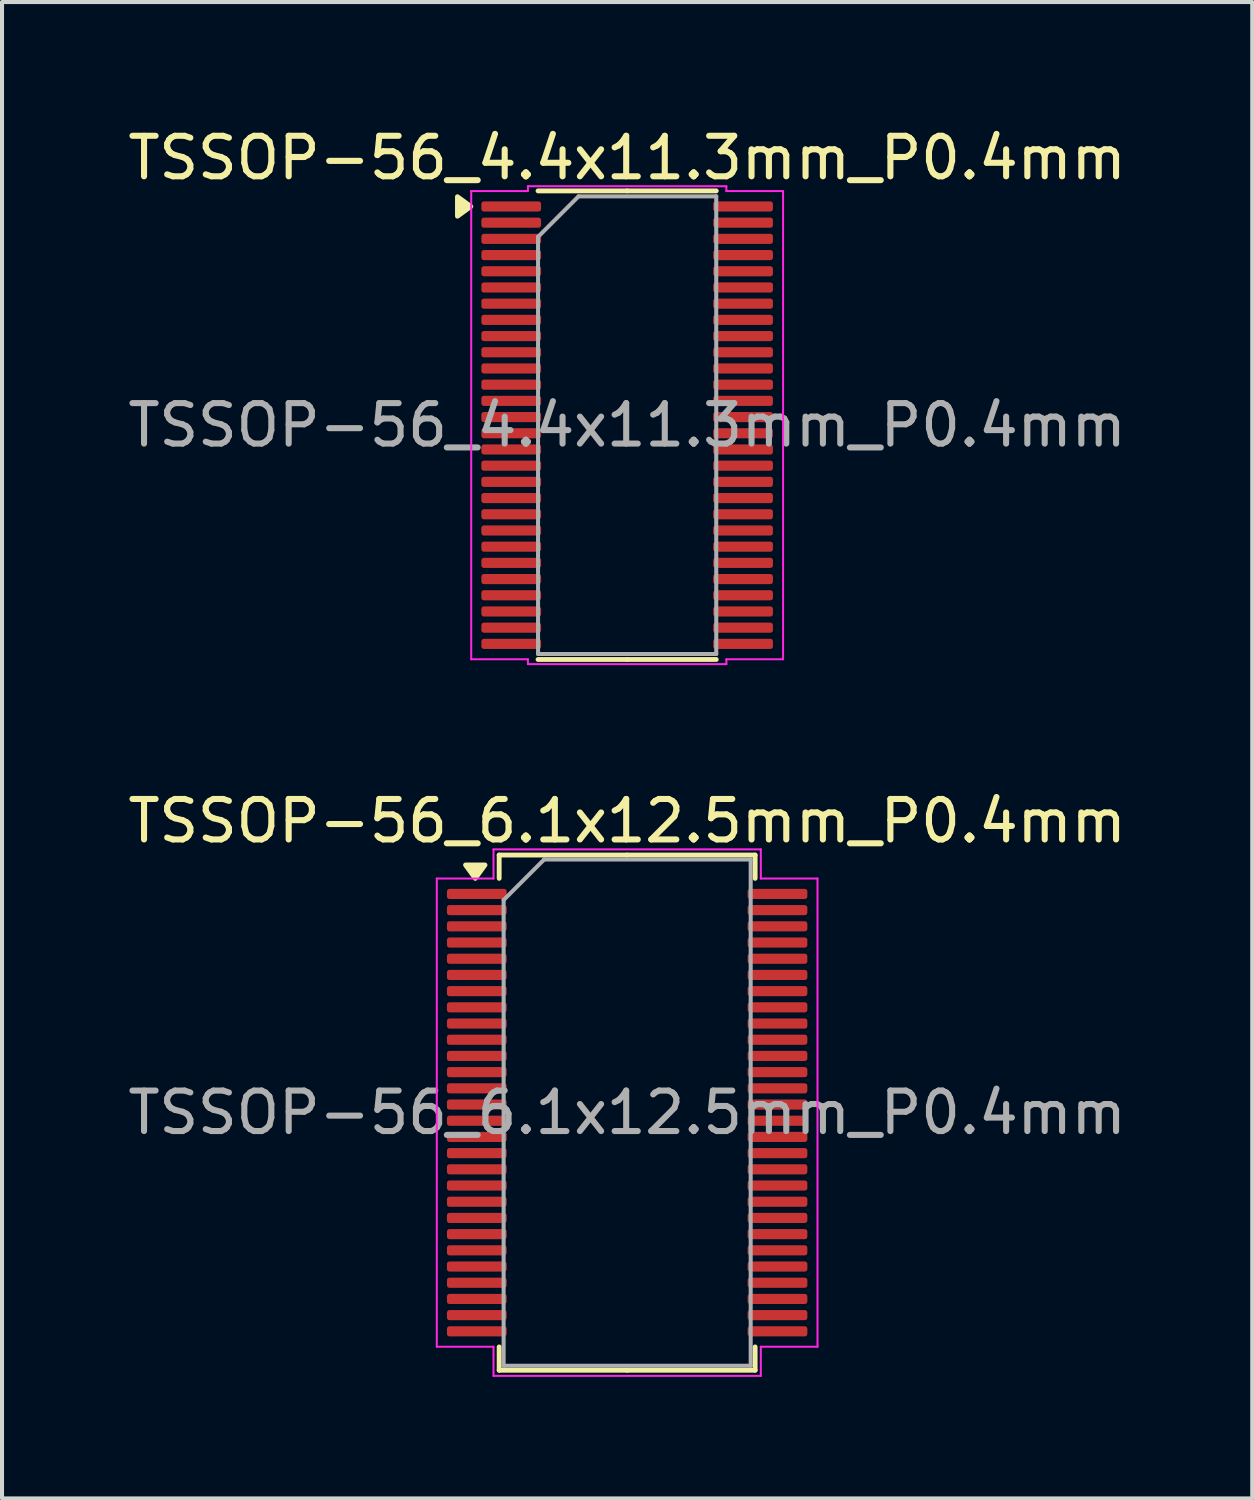
<source format=kicad_pcb>
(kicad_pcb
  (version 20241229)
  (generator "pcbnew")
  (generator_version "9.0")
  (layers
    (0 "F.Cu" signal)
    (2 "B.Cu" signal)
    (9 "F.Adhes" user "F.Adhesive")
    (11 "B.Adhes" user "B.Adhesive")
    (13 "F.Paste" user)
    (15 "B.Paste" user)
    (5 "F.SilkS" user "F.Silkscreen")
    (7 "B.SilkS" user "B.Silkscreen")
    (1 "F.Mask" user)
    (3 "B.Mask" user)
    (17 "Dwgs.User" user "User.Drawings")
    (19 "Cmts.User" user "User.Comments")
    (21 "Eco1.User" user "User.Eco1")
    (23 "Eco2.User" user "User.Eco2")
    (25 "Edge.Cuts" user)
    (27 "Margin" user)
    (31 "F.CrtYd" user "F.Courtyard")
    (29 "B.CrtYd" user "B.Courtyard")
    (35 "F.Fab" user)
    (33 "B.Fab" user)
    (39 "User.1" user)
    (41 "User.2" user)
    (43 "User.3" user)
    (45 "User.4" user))
  (footprint "TSSOP-56_6.1x12.5mm_P0.4mm"
    (layer "F.Cu")
    (at 12.435 24.422)
    (property "Reference" "TSSOP-56_6.1x12.5mm_P0.4mm" (at 0 -7.2 0) (layer "F.SilkS") (effects (font (size 1 1) (thickness 0.15))))
    (attr smd)
    (fp_line (start -3.16 -6.36) (end -3.16 -5.785) (stroke (width 0.12) (type solid)) (layer "F.SilkS"))
    (fp_line (start -3.16 6.36) (end -3.16 5.785) (stroke (width 0.12) (type solid)) (layer "F.SilkS"))
    (fp_line (start 0 -6.36) (end -3.16 -6.36) (stroke (width 0.12) (type solid)) (layer "F.SilkS"))
    (fp_line (start 0 -6.36) (end 3.16 -6.36) (stroke (width 0.12) (type solid)) (layer "F.SilkS"))
    (fp_line (start 0 6.36) (end -3.16 6.36) (stroke (width 0.12) (type solid)) (layer "F.SilkS"))
    (fp_line (start 0 6.36) (end 3.16 6.36) (stroke (width 0.12) (type solid)) (layer "F.SilkS"))
    (fp_line (start 3.16 -6.36) (end 3.16 -5.785) (stroke (width 0.12) (type solid)) (layer "F.SilkS"))
    (fp_line (start 3.16 6.36) (end 3.16 5.785) (stroke (width 0.12) (type solid)) (layer "F.SilkS"))
    (fp_poly (pts (xy -3.75 -5.785) (xy -3.99 -6.115) (xy -3.51 -6.115)) (stroke (width 0.12) (type solid)) (fill yes) (layer "F.SilkS"))
    (fp_line (start -4.7 -5.78) (end -3.3 -5.78) (stroke (width 0.05) (type solid)) (layer "F.CrtYd"))
    (fp_line (start -4.7 5.78) (end -4.7 -5.78) (stroke (width 0.05) (type solid)) (layer "F.CrtYd"))
    (fp_line (start -3.3 -6.5) (end 3.3 -6.5) (stroke (width 0.05) (type solid)) (layer "F.CrtYd"))
    (fp_line (start -3.3 -5.78) (end -3.3 -6.5) (stroke (width 0.05) (type solid)) (layer "F.CrtYd"))
    (fp_line (start -3.3 5.78) (end -4.7 5.78) (stroke (width 0.05) (type solid)) (layer "F.CrtYd"))
    (fp_line (start -3.3 6.5) (end -3.3 5.78) (stroke (width 0.05) (type solid)) (layer "F.CrtYd"))
    (fp_line (start 3.3 -6.5) (end 3.3 -5.78) (stroke (width 0.05) (type solid)) (layer "F.CrtYd"))
    (fp_line (start 3.3 -5.78) (end 4.7 -5.78) (stroke (width 0.05) (type solid)) (layer "F.CrtYd"))
    (fp_line (start 3.3 5.78) (end 3.3 6.5) (stroke (width 0.05) (type solid)) (layer "F.CrtYd"))
    (fp_line (start 3.3 6.5) (end -3.3 6.5) (stroke (width 0.05) (type solid)) (layer "F.CrtYd"))
    (fp_line (start 4.7 -5.78) (end 4.7 5.78) (stroke (width 0.05) (type solid)) (layer "F.CrtYd"))
    (fp_line (start 4.7 5.78) (end 3.3 5.78) (stroke (width 0.05) (type solid)) (layer "F.CrtYd"))
    (fp_line (start -3.05 -5.25) (end -2.05 -6.25) (stroke (width 0.1) (type solid)) (layer "F.Fab"))
    (fp_line (start -3.05 6.25) (end -3.05 -5.25) (stroke (width 0.1) (type solid)) (layer "F.Fab"))
    (fp_line (start -2.05 -6.25) (end 3.05 -6.25) (stroke (width 0.1) (type solid)) (layer "F.Fab"))
    (fp_line (start 3.05 -6.25) (end 3.05 6.25) (stroke (width 0.1) (type solid)) (layer "F.Fab"))
    (fp_line (start 3.05 6.25) (end -3.05 6.25) (stroke (width 0.1) (type solid)) (layer "F.Fab"))
    (fp_text user "${REFERENCE}" (at 0 0 0) (layer "F.Fab") (effects (font (size 1 1) (thickness 0.15))))
    (pad "1" smd roundrect (at -3.712 -5.4) (size 1.475 0.25) (layers "F.Cu" "F.Mask" "F.Paste") (roundrect_rratio 0.25))
    (pad "2" smd roundrect (at -3.712 -5) (size 1.475 0.25) (layers "F.Cu" "F.Mask" "F.Paste") (roundrect_rratio 0.25))
    (pad "3" smd roundrect (at -3.712 -4.6) (size 1.475 0.25) (layers "F.Cu" "F.Mask" "F.Paste") (roundrect_rratio 0.25))
    (pad "4" smd roundrect (at -3.712 -4.2) (size 1.475 0.25) (layers "F.Cu" "F.Mask" "F.Paste") (roundrect_rratio 0.25))
    (pad "5" smd roundrect (at -3.712 -3.8) (size 1.475 0.25) (layers "F.Cu" "F.Mask" "F.Paste") (roundrect_rratio 0.25))
    (pad "6" smd roundrect (at -3.712 -3.4) (size 1.475 0.25) (layers "F.Cu" "F.Mask" "F.Paste") (roundrect_rratio 0.25))
    (pad "7" smd roundrect (at -3.712 -3) (size 1.475 0.25) (layers "F.Cu" "F.Mask" "F.Paste") (roundrect_rratio 0.25))
    (pad "8" smd roundrect (at -3.712 -2.6) (size 1.475 0.25) (layers "F.Cu" "F.Mask" "F.Paste") (roundrect_rratio 0.25))
    (pad "9" smd roundrect (at -3.712 -2.2) (size 1.475 0.25) (layers "F.Cu" "F.Mask" "F.Paste") (roundrect_rratio 0.25))
    (pad "10" smd roundrect (at -3.712 -1.8) (size 1.475 0.25) (layers "F.Cu" "F.Mask" "F.Paste") (roundrect_rratio 0.25))
    (pad "11" smd roundrect (at -3.712 -1.4) (size 1.475 0.25) (layers "F.Cu" "F.Mask" "F.Paste") (roundrect_rratio 0.25))
    (pad "12" smd roundrect (at -3.712 -1) (size 1.475 0.25) (layers "F.Cu" "F.Mask" "F.Paste") (roundrect_rratio 0.25))
    (pad "13" smd roundrect (at -3.712 -0.6) (size 1.475 0.25) (layers "F.Cu" "F.Mask" "F.Paste") (roundrect_rratio 0.25))
    (pad "14" smd roundrect (at -3.712 -0.2) (size 1.475 0.25) (layers "F.Cu" "F.Mask" "F.Paste") (roundrect_rratio 0.25))
    (pad "15" smd roundrect (at -3.712 0.2) (size 1.475 0.25) (layers "F.Cu" "F.Mask" "F.Paste") (roundrect_rratio 0.25))
    (pad "16" smd roundrect (at -3.712 0.6) (size 1.475 0.25) (layers "F.Cu" "F.Mask" "F.Paste") (roundrect_rratio 0.25))
    (pad "17" smd roundrect (at -3.712 1) (size 1.475 0.25) (layers "F.Cu" "F.Mask" "F.Paste") (roundrect_rratio 0.25))
    (pad "18" smd roundrect (at -3.712 1.4) (size 1.475 0.25) (layers "F.Cu" "F.Mask" "F.Paste") (roundrect_rratio 0.25))
    (pad "19" smd roundrect (at -3.712 1.8) (size 1.475 0.25) (layers "F.Cu" "F.Mask" "F.Paste") (roundrect_rratio 0.25))
    (pad "20" smd roundrect (at -3.712 2.2) (size 1.475 0.25) (layers "F.Cu" "F.Mask" "F.Paste") (roundrect_rratio 0.25))
    (pad "21" smd roundrect (at -3.712 2.6) (size 1.475 0.25) (layers "F.Cu" "F.Mask" "F.Paste") (roundrect_rratio 0.25))
    (pad "22" smd roundrect (at -3.712 3) (size 1.475 0.25) (layers "F.Cu" "F.Mask" "F.Paste") (roundrect_rratio 0.25))
    (pad "23" smd roundrect (at -3.712 3.4) (size 1.475 0.25) (layers "F.Cu" "F.Mask" "F.Paste") (roundrect_rratio 0.25))
    (pad "24" smd roundrect (at -3.712 3.8) (size 1.475 0.25) (layers "F.Cu" "F.Mask" "F.Paste") (roundrect_rratio 0.25))
    (pad "25" smd roundrect (at -3.712 4.2) (size 1.475 0.25) (layers "F.Cu" "F.Mask" "F.Paste") (roundrect_rratio 0.25))
    (pad "26" smd roundrect (at -3.712 4.6) (size 1.475 0.25) (layers "F.Cu" "F.Mask" "F.Paste") (roundrect_rratio 0.25))
    (pad "27" smd roundrect (at -3.712 5) (size 1.475 0.25) (layers "F.Cu" "F.Mask" "F.Paste") (roundrect_rratio 0.25))
    (pad "28" smd roundrect (at -3.712 5.4) (size 1.475 0.25) (layers "F.Cu" "F.Mask" "F.Paste") (roundrect_rratio 0.25))
    (pad "29" smd roundrect (at 3.712 5.4) (size 1.475 0.25) (layers "F.Cu" "F.Mask" "F.Paste") (roundrect_rratio 0.25))
    (pad "30" smd roundrect (at 3.712 5) (size 1.475 0.25) (layers "F.Cu" "F.Mask" "F.Paste") (roundrect_rratio 0.25))
    (pad "31" smd roundrect (at 3.712 4.6) (size 1.475 0.25) (layers "F.Cu" "F.Mask" "F.Paste") (roundrect_rratio 0.25))
    (pad "32" smd roundrect (at 3.712 4.2) (size 1.475 0.25) (layers "F.Cu" "F.Mask" "F.Paste") (roundrect_rratio 0.25))
    (pad "33" smd roundrect (at 3.712 3.8) (size 1.475 0.25) (layers "F.Cu" "F.Mask" "F.Paste") (roundrect_rratio 0.25))
    (pad "34" smd roundrect (at 3.712 3.4) (size 1.475 0.25) (layers "F.Cu" "F.Mask" "F.Paste") (roundrect_rratio 0.25))
    (pad "35" smd roundrect (at 3.712 3) (size 1.475 0.25) (layers "F.Cu" "F.Mask" "F.Paste") (roundrect_rratio 0.25))
    (pad "36" smd roundrect (at 3.712 2.6) (size 1.475 0.25) (layers "F.Cu" "F.Mask" "F.Paste") (roundrect_rratio 0.25))
    (pad "37" smd roundrect (at 3.712 2.2) (size 1.475 0.25) (layers "F.Cu" "F.Mask" "F.Paste") (roundrect_rratio 0.25))
    (pad "38" smd roundrect (at 3.712 1.8) (size 1.475 0.25) (layers "F.Cu" "F.Mask" "F.Paste") (roundrect_rratio 0.25))
    (pad "39" smd roundrect (at 3.712 1.4) (size 1.475 0.25) (layers "F.Cu" "F.Mask" "F.Paste") (roundrect_rratio 0.25))
    (pad "40" smd roundrect (at 3.712 1) (size 1.475 0.25) (layers "F.Cu" "F.Mask" "F.Paste") (roundrect_rratio 0.25))
    (pad "41" smd roundrect (at 3.712 0.6) (size 1.475 0.25) (layers "F.Cu" "F.Mask" "F.Paste") (roundrect_rratio 0.25))
    (pad "42" smd roundrect (at 3.712 0.2) (size 1.475 0.25) (layers "F.Cu" "F.Mask" "F.Paste") (roundrect_rratio 0.25))
    (pad "43" smd roundrect (at 3.712 -0.2) (size 1.475 0.25) (layers "F.Cu" "F.Mask" "F.Paste") (roundrect_rratio 0.25))
    (pad "44" smd roundrect (at 3.712 -0.6) (size 1.475 0.25) (layers "F.Cu" "F.Mask" "F.Paste") (roundrect_rratio 0.25))
    (pad "45" smd roundrect (at 3.712 -1) (size 1.475 0.25) (layers "F.Cu" "F.Mask" "F.Paste") (roundrect_rratio 0.25))
    (pad "46" smd roundrect (at 3.712 -1.4) (size 1.475 0.25) (layers "F.Cu" "F.Mask" "F.Paste") (roundrect_rratio 0.25))
    (pad "47" smd roundrect (at 3.712 -1.8) (size 1.475 0.25) (layers "F.Cu" "F.Mask" "F.Paste") (roundrect_rratio 0.25))
    (pad "48" smd roundrect (at 3.712 -2.2) (size 1.475 0.25) (layers "F.Cu" "F.Mask" "F.Paste") (roundrect_rratio 0.25))
    (pad "49" smd roundrect (at 3.712 -2.6) (size 1.475 0.25) (layers "F.Cu" "F.Mask" "F.Paste") (roundrect_rratio 0.25))
    (pad "50" smd roundrect (at 3.712 -3) (size 1.475 0.25) (layers "F.Cu" "F.Mask" "F.Paste") (roundrect_rratio 0.25))
    (pad "51" smd roundrect (at 3.712 -3.4) (size 1.475 0.25) (layers "F.Cu" "F.Mask" "F.Paste") (roundrect_rratio 0.25))
    (pad "52" smd roundrect (at 3.712 -3.8) (size 1.475 0.25) (layers "F.Cu" "F.Mask" "F.Paste") (roundrect_rratio 0.25))
    (pad "53" smd roundrect (at 3.712 -4.2) (size 1.475 0.25) (layers "F.Cu" "F.Mask" "F.Paste") (roundrect_rratio 0.25))
    (pad "54" smd roundrect (at 3.712 -4.6) (size 1.475 0.25) (layers "F.Cu" "F.Mask" "F.Paste") (roundrect_rratio 0.25))
    (pad "55" smd roundrect (at 3.712 -5) (size 1.475 0.25) (layers "F.Cu" "F.Mask" "F.Paste") (roundrect_rratio 0.25))
    (pad "56" smd roundrect (at 3.712 -5.4) (size 1.475 0.25) (layers "F.Cu" "F.Mask" "F.Paste") (roundrect_rratio 0.25)))
  (footprint "TSSOP-56_4.4x11.3mm_P0.4mm"
    (layer "F.Cu")
    (at 12.435 7.448)
    (property "Reference" "TSSOP-56_4.4x11.3mm_P0.4mm" (at 0 -6.6 0) (layer "F.SilkS") (effects (font (size 1 1) (thickness 0.15))))
    (attr smd)
    (fp_line (start 0 -5.785) (end -2.2 -5.785) (stroke (width 0.12) (type solid)) (layer "F.SilkS"))
    (fp_line (start 0 -5.785) (end 2.2 -5.785) (stroke (width 0.12) (type solid)) (layer "F.SilkS"))
    (fp_line (start 0 5.785) (end -2.2 5.785) (stroke (width 0.12) (type solid)) (layer "F.SilkS"))
    (fp_line (start 0 5.785) (end 2.2 5.785) (stroke (width 0.12) (type solid)) (layer "F.SilkS"))
    (fp_poly (pts (xy -3.86 -5.4) (xy -4.19 -5.16) (xy -4.19 -5.64)) (stroke (width 0.12) (type solid)) (fill yes) (layer "F.SilkS"))
    (fp_line (start -3.85 -5.78) (end -2.45 -5.78) (stroke (width 0.05) (type solid)) (layer "F.CrtYd"))
    (fp_line (start -3.85 5.78) (end -3.85 -5.78) (stroke (width 0.05) (type solid)) (layer "F.CrtYd"))
    (fp_line (start -2.45 -5.9) (end 2.45 -5.9) (stroke (width 0.05) (type solid)) (layer "F.CrtYd"))
    (fp_line (start -2.45 -5.78) (end -2.45 -5.9) (stroke (width 0.05) (type solid)) (layer "F.CrtYd"))
    (fp_line (start -2.45 5.78) (end -3.85 5.78) (stroke (width 0.05) (type solid)) (layer "F.CrtYd"))
    (fp_line (start -2.45 5.9) (end -2.45 5.78) (stroke (width 0.05) (type solid)) (layer "F.CrtYd"))
    (fp_line (start 2.45 -5.9) (end 2.45 -5.78) (stroke (width 0.05) (type solid)) (layer "F.CrtYd"))
    (fp_line (start 2.45 -5.78) (end 3.85 -5.78) (stroke (width 0.05) (type solid)) (layer "F.CrtYd"))
    (fp_line (start 2.45 5.78) (end 2.45 5.9) (stroke (width 0.05) (type solid)) (layer "F.CrtYd"))
    (fp_line (start 2.45 5.9) (end -2.45 5.9) (stroke (width 0.05) (type solid)) (layer "F.CrtYd"))
    (fp_line (start 3.85 -5.78) (end 3.85 5.78) (stroke (width 0.05) (type solid)) (layer "F.CrtYd"))
    (fp_line (start 3.85 5.78) (end 2.45 5.78) (stroke (width 0.05) (type solid)) (layer "F.CrtYd"))
    (fp_line (start -2.2 -4.65) (end -1.2 -5.65) (stroke (width 0.1) (type solid)) (layer "F.Fab"))
    (fp_line (start -2.2 5.65) (end -2.2 -4.65) (stroke (width 0.1) (type solid)) (layer "F.Fab"))
    (fp_line (start -1.2 -5.65) (end 2.2 -5.65) (stroke (width 0.1) (type solid)) (layer "F.Fab"))
    (fp_line (start 2.2 -5.65) (end 2.2 5.65) (stroke (width 0.1) (type solid)) (layer "F.Fab"))
    (fp_line (start 2.2 5.65) (end -2.2 5.65) (stroke (width 0.1) (type solid)) (layer "F.Fab"))
    (fp_text user "${REFERENCE}" (at 0 0 0) (layer "F.Fab") (effects (font (size 1 1) (thickness 0.15))))
    (pad "1" smd roundrect (at -2.862 -5.4) (size 1.475 0.25) (layers "F.Cu" "F.Mask" "F.Paste") (roundrect_rratio 0.25))
    (pad "2" smd roundrect (at -2.862 -5) (size 1.475 0.25) (layers "F.Cu" "F.Mask" "F.Paste") (roundrect_rratio 0.25))
    (pad "3" smd roundrect (at -2.862 -4.6) (size 1.475 0.25) (layers "F.Cu" "F.Mask" "F.Paste") (roundrect_rratio 0.25))
    (pad "4" smd roundrect (at -2.862 -4.2) (size 1.475 0.25) (layers "F.Cu" "F.Mask" "F.Paste") (roundrect_rratio 0.25))
    (pad "5" smd roundrect (at -2.862 -3.8) (size 1.475 0.25) (layers "F.Cu" "F.Mask" "F.Paste") (roundrect_rratio 0.25))
    (pad "6" smd roundrect (at -2.862 -3.4) (size 1.475 0.25) (layers "F.Cu" "F.Mask" "F.Paste") (roundrect_rratio 0.25))
    (pad "7" smd roundrect (at -2.862 -3) (size 1.475 0.25) (layers "F.Cu" "F.Mask" "F.Paste") (roundrect_rratio 0.25))
    (pad "8" smd roundrect (at -2.862 -2.6) (size 1.475 0.25) (layers "F.Cu" "F.Mask" "F.Paste") (roundrect_rratio 0.25))
    (pad "9" smd roundrect (at -2.862 -2.2) (size 1.475 0.25) (layers "F.Cu" "F.Mask" "F.Paste") (roundrect_rratio 0.25))
    (pad "10" smd roundrect (at -2.862 -1.8) (size 1.475 0.25) (layers "F.Cu" "F.Mask" "F.Paste") (roundrect_rratio 0.25))
    (pad "11" smd roundrect (at -2.862 -1.4) (size 1.475 0.25) (layers "F.Cu" "F.Mask" "F.Paste") (roundrect_rratio 0.25))
    (pad "12" smd roundrect (at -2.862 -1) (size 1.475 0.25) (layers "F.Cu" "F.Mask" "F.Paste") (roundrect_rratio 0.25))
    (pad "13" smd roundrect (at -2.862 -0.6) (size 1.475 0.25) (layers "F.Cu" "F.Mask" "F.Paste") (roundrect_rratio 0.25))
    (pad "14" smd roundrect (at -2.862 -0.2) (size 1.475 0.25) (layers "F.Cu" "F.Mask" "F.Paste") (roundrect_rratio 0.25))
    (pad "15" smd roundrect (at -2.862 0.2) (size 1.475 0.25) (layers "F.Cu" "F.Mask" "F.Paste") (roundrect_rratio 0.25))
    (pad "16" smd roundrect (at -2.862 0.6) (size 1.475 0.25) (layers "F.Cu" "F.Mask" "F.Paste") (roundrect_rratio 0.25))
    (pad "17" smd roundrect (at -2.862 1) (size 1.475 0.25) (layers "F.Cu" "F.Mask" "F.Paste") (roundrect_rratio 0.25))
    (pad "18" smd roundrect (at -2.862 1.4) (size 1.475 0.25) (layers "F.Cu" "F.Mask" "F.Paste") (roundrect_rratio 0.25))
    (pad "19" smd roundrect (at -2.862 1.8) (size 1.475 0.25) (layers "F.Cu" "F.Mask" "F.Paste") (roundrect_rratio 0.25))
    (pad "20" smd roundrect (at -2.862 2.2) (size 1.475 0.25) (layers "F.Cu" "F.Mask" "F.Paste") (roundrect_rratio 0.25))
    (pad "21" smd roundrect (at -2.862 2.6) (size 1.475 0.25) (layers "F.Cu" "F.Mask" "F.Paste") (roundrect_rratio 0.25))
    (pad "22" smd roundrect (at -2.862 3) (size 1.475 0.25) (layers "F.Cu" "F.Mask" "F.Paste") (roundrect_rratio 0.25))
    (pad "23" smd roundrect (at -2.862 3.4) (size 1.475 0.25) (layers "F.Cu" "F.Mask" "F.Paste") (roundrect_rratio 0.25))
    (pad "24" smd roundrect (at -2.862 3.8) (size 1.475 0.25) (layers "F.Cu" "F.Mask" "F.Paste") (roundrect_rratio 0.25))
    (pad "25" smd roundrect (at -2.862 4.2) (size 1.475 0.25) (layers "F.Cu" "F.Mask" "F.Paste") (roundrect_rratio 0.25))
    (pad "26" smd roundrect (at -2.862 4.6) (size 1.475 0.25) (layers "F.Cu" "F.Mask" "F.Paste") (roundrect_rratio 0.25))
    (pad "27" smd roundrect (at -2.862 5) (size 1.475 0.25) (layers "F.Cu" "F.Mask" "F.Paste") (roundrect_rratio 0.25))
    (pad "28" smd roundrect (at -2.862 5.4) (size 1.475 0.25) (layers "F.Cu" "F.Mask" "F.Paste") (roundrect_rratio 0.25))
    (pad "29" smd roundrect (at 2.862 5.4) (size 1.475 0.25) (layers "F.Cu" "F.Mask" "F.Paste") (roundrect_rratio 0.25))
    (pad "30" smd roundrect (at 2.862 5) (size 1.475 0.25) (layers "F.Cu" "F.Mask" "F.Paste") (roundrect_rratio 0.25))
    (pad "31" smd roundrect (at 2.862 4.6) (size 1.475 0.25) (layers "F.Cu" "F.Mask" "F.Paste") (roundrect_rratio 0.25))
    (pad "32" smd roundrect (at 2.862 4.2) (size 1.475 0.25) (layers "F.Cu" "F.Mask" "F.Paste") (roundrect_rratio 0.25))
    (pad "33" smd roundrect (at 2.862 3.8) (size 1.475 0.25) (layers "F.Cu" "F.Mask" "F.Paste") (roundrect_rratio 0.25))
    (pad "34" smd roundrect (at 2.862 3.4) (size 1.475 0.25) (layers "F.Cu" "F.Mask" "F.Paste") (roundrect_rratio 0.25))
    (pad "35" smd roundrect (at 2.862 3) (size 1.475 0.25) (layers "F.Cu" "F.Mask" "F.Paste") (roundrect_rratio 0.25))
    (pad "36" smd roundrect (at 2.862 2.6) (size 1.475 0.25) (layers "F.Cu" "F.Mask" "F.Paste") (roundrect_rratio 0.25))
    (pad "37" smd roundrect (at 2.862 2.2) (size 1.475 0.25) (layers "F.Cu" "F.Mask" "F.Paste") (roundrect_rratio 0.25))
    (pad "38" smd roundrect (at 2.862 1.8) (size 1.475 0.25) (layers "F.Cu" "F.Mask" "F.Paste") (roundrect_rratio 0.25))
    (pad "39" smd roundrect (at 2.862 1.4) (size 1.475 0.25) (layers "F.Cu" "F.Mask" "F.Paste") (roundrect_rratio 0.25))
    (pad "40" smd roundrect (at 2.862 1) (size 1.475 0.25) (layers "F.Cu" "F.Mask" "F.Paste") (roundrect_rratio 0.25))
    (pad "41" smd roundrect (at 2.862 0.6) (size 1.475 0.25) (layers "F.Cu" "F.Mask" "F.Paste") (roundrect_rratio 0.25))
    (pad "42" smd roundrect (at 2.862 0.2) (size 1.475 0.25) (layers "F.Cu" "F.Mask" "F.Paste") (roundrect_rratio 0.25))
    (pad "43" smd roundrect (at 2.862 -0.2) (size 1.475 0.25) (layers "F.Cu" "F.Mask" "F.Paste") (roundrect_rratio 0.25))
    (pad "44" smd roundrect (at 2.862 -0.6) (size 1.475 0.25) (layers "F.Cu" "F.Mask" "F.Paste") (roundrect_rratio 0.25))
    (pad "45" smd roundrect (at 2.862 -1) (size 1.475 0.25) (layers "F.Cu" "F.Mask" "F.Paste") (roundrect_rratio 0.25))
    (pad "46" smd roundrect (at 2.862 -1.4) (size 1.475 0.25) (layers "F.Cu" "F.Mask" "F.Paste") (roundrect_rratio 0.25))
    (pad "47" smd roundrect (at 2.862 -1.8) (size 1.475 0.25) (layers "F.Cu" "F.Mask" "F.Paste") (roundrect_rratio 0.25))
    (pad "48" smd roundrect (at 2.862 -2.2) (size 1.475 0.25) (layers "F.Cu" "F.Mask" "F.Paste") (roundrect_rratio 0.25))
    (pad "49" smd roundrect (at 2.862 -2.6) (size 1.475 0.25) (layers "F.Cu" "F.Mask" "F.Paste") (roundrect_rratio 0.25))
    (pad "50" smd roundrect (at 2.862 -3) (size 1.475 0.25) (layers "F.Cu" "F.Mask" "F.Paste") (roundrect_rratio 0.25))
    (pad "51" smd roundrect (at 2.862 -3.4) (size 1.475 0.25) (layers "F.Cu" "F.Mask" "F.Paste") (roundrect_rratio 0.25))
    (pad "52" smd roundrect (at 2.862 -3.8) (size 1.475 0.25) (layers "F.Cu" "F.Mask" "F.Paste") (roundrect_rratio 0.25))
    (pad "53" smd roundrect (at 2.862 -4.2) (size 1.475 0.25) (layers "F.Cu" "F.Mask" "F.Paste") (roundrect_rratio 0.25))
    (pad "54" smd roundrect (at 2.862 -4.6) (size 1.475 0.25) (layers "F.Cu" "F.Mask" "F.Paste") (roundrect_rratio 0.25))
    (pad "55" smd roundrect (at 2.862 -5) (size 1.475 0.25) (layers "F.Cu" "F.Mask" "F.Paste") (roundrect_rratio 0.25))
    (pad "56" smd roundrect (at 2.862 -5.4) (size 1.475 0.25) (layers "F.Cu" "F.Mask" "F.Paste") (roundrect_rratio 0.25)))
  (gr_rect
    (start -3 -3)
    (end 27.869 33.947)
    (stroke (width 0.1) (type default))
    (fill no)
    (layer "Edge.Cuts")))
</source>
